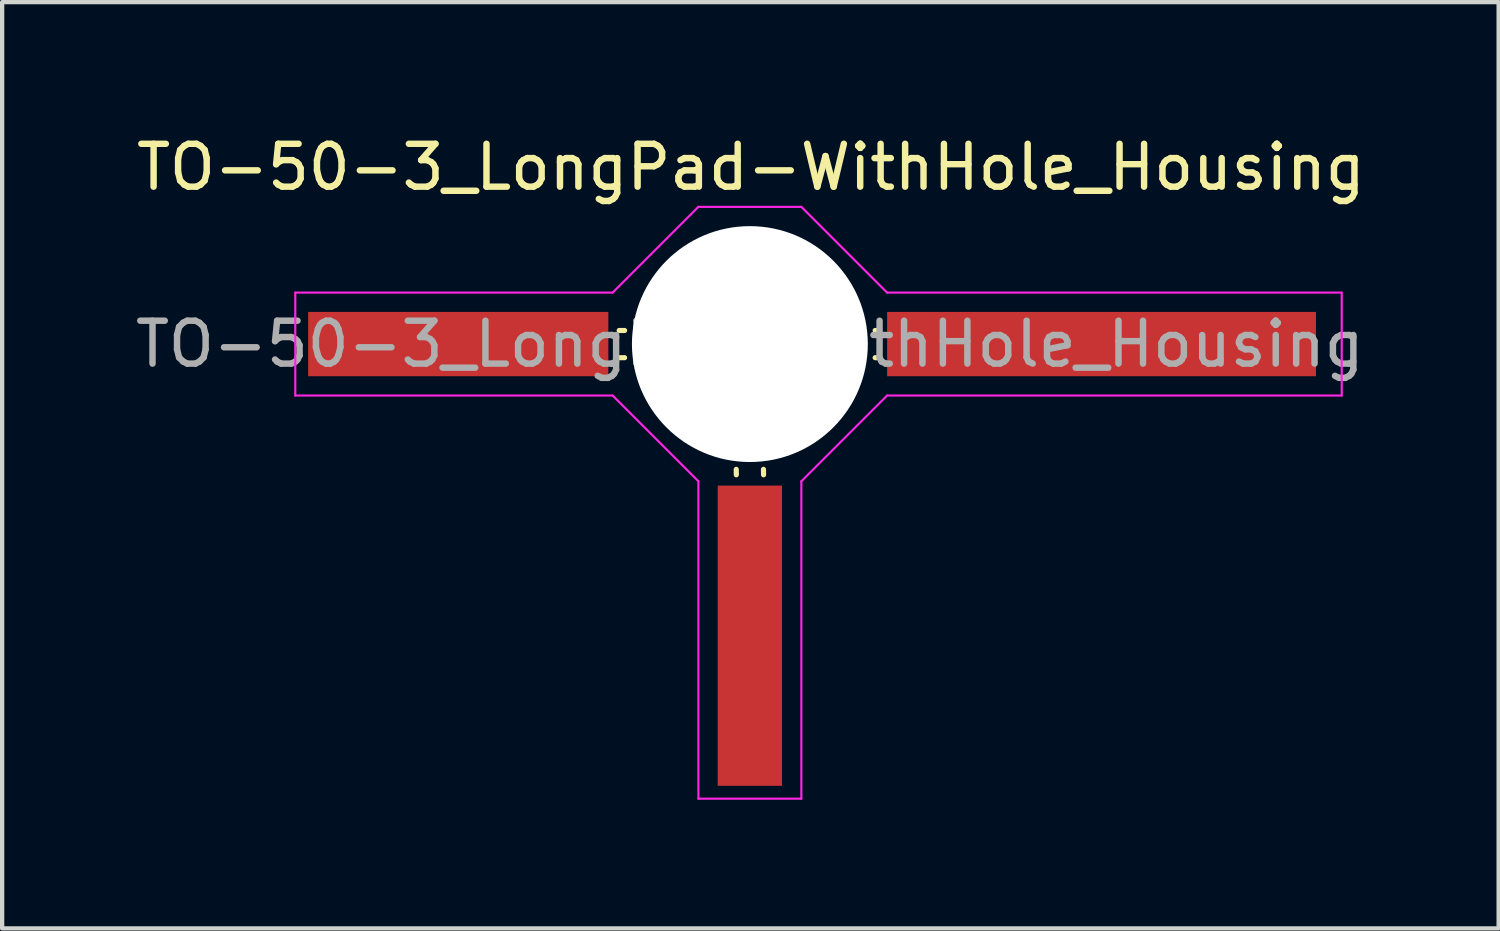
<source format=kicad_pcb>
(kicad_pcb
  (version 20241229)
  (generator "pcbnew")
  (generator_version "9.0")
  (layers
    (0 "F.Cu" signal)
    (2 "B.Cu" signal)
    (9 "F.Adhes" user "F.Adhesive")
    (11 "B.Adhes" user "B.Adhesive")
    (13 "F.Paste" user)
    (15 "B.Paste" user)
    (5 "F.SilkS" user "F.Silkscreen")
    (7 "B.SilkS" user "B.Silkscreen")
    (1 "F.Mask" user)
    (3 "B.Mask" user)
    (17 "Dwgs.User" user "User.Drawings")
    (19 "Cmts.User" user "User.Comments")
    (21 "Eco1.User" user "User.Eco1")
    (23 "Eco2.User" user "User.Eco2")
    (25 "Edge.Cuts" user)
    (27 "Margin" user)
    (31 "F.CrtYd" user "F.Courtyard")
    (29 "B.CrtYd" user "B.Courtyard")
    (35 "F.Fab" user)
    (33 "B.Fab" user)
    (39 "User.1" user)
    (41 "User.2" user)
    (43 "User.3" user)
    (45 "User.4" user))
  (footprint "TO-50-3_LongPad-WithHole_Housing"
    (layer "F.Cu")
    (at 15.135 8.373)
    (property "Reference" "TO-50-3_LongPad-WithHole_Housing" (at -0.675 -7.525 0) (layer "F.SilkS") (effects (font (size 1 1) (thickness 0.15))))
    (attr smd)
    (fp_line (start -3.621 -3.717) (end -3.747 -3.717) (stroke (width 0.12) (type solid)) (layer "F.SilkS"))
    (fp_line (start -3.621 -3.083) (end -3.747 -3.083) (stroke (width 0.12) (type solid)) (layer "F.SilkS"))
    (fp_line (start -1.018 -0.479) (end -1.016 -0.352) (stroke (width 0.12) (type solid)) (layer "F.SilkS"))
    (fp_line (start -0.383 -0.479) (end -0.381 -0.352) (stroke (width 0.12) (type solid)) (layer "F.SilkS"))
    (fp_line (start 2.221 -3.717) (end 2.284 -3.717) (stroke (width 0.12) (type solid)) (layer "F.SilkS"))
    (fp_line (start 2.221 -3.083) (end 2.284 -3.083) (stroke (width 0.12) (type solid)) (layer "F.SilkS"))
    (fp_line (start -11.3 -4.6) (end -3.9 -4.6) (stroke (width 0.05) (type solid)) (layer "F.CrtYd"))
    (fp_line (start -11.3 -2.2) (end -11.3 -4.6) (stroke (width 0.05) (type solid)) (layer "F.CrtYd"))
    (fp_line (start -3.9 -4.6) (end -1.9 -6.6) (stroke (width 0.05) (type solid)) (layer "F.CrtYd"))
    (fp_line (start -3.9 -2.2) (end -11.3 -2.2) (stroke (width 0.05) (type solid)) (layer "F.CrtYd"))
    (fp_line (start -1.9 -6.6) (end 0.5 -6.6) (stroke (width 0.05) (type solid)) (layer "F.CrtYd"))
    (fp_line (start -1.9 -0.2) (end -3.9 -2.2) (stroke (width 0.05) (type solid)) (layer "F.CrtYd"))
    (fp_line (start -1.9 7.2) (end -1.9 -0.2) (stroke (width 0.05) (type solid)) (layer "F.CrtYd"))
    (fp_line (start 0.5 -6.6) (end 2.5 -4.6) (stroke (width 0.05) (type solid)) (layer "F.CrtYd"))
    (fp_line (start 0.5 -0.2) (end 0.5 7.2) (stroke (width 0.05) (type solid)) (layer "F.CrtYd"))
    (fp_line (start 0.5 7.2) (end -1.9 7.2) (stroke (width 0.05) (type solid)) (layer "F.CrtYd"))
    (fp_line (start 2.5 -4.6) (end 13.1 -4.6) (stroke (width 0.05) (type solid)) (layer "F.CrtYd"))
    (fp_line (start 2.5 -2.2) (end 0.5 -0.2) (stroke (width 0.05) (type solid)) (layer "F.CrtYd"))
    (fp_line (start 13.1 -4.6) (end 13.1 -2.2) (stroke (width 0.05) (type solid)) (layer "F.CrtYd"))
    (fp_line (start 13.1 -2.2) (end 2.5 -2.2) (stroke (width 0.05) (type solid)) (layer "F.CrtYd"))
    (fp_circle (center -0.7 -3.4) (end -0.65 -5.95) (stroke (width 0.1) (type solid)) (fill no) (layer "F.Fab"))
    (fp_text user "${REFERENCE}" (at -0.7 -3.4 0) (layer "F.Fab") (effects (font (size 1 1) (thickness 0.15))))
    (pad "" np_thru_hole circle (at -0.7 -3.4 270) (size 5.5 5.5) (drill 5.5) (layers "*.Cu" "*.Mask"))
    (pad "1" smd rect (at -7.5 -3.4 270) (size 1.5 7) (layers "F.Cu" "F.Mask" "F.Paste"))
    (pad "2" smd rect (at -0.7 3.4 270) (size 7 1.5) (layers "F.Cu" "F.Mask" "F.Paste"))
    (pad "3" smd rect (at 7.5 -3.4 270) (size 1.5 10) (layers "F.Cu" "F.Mask" "F.Paste")))
  (gr_rect
    (start -3 -3)
    (end 31.894 18.598)
    (stroke (width 0.1) (type default))
    (fill no)
    (layer "Edge.Cuts")))
</source>
